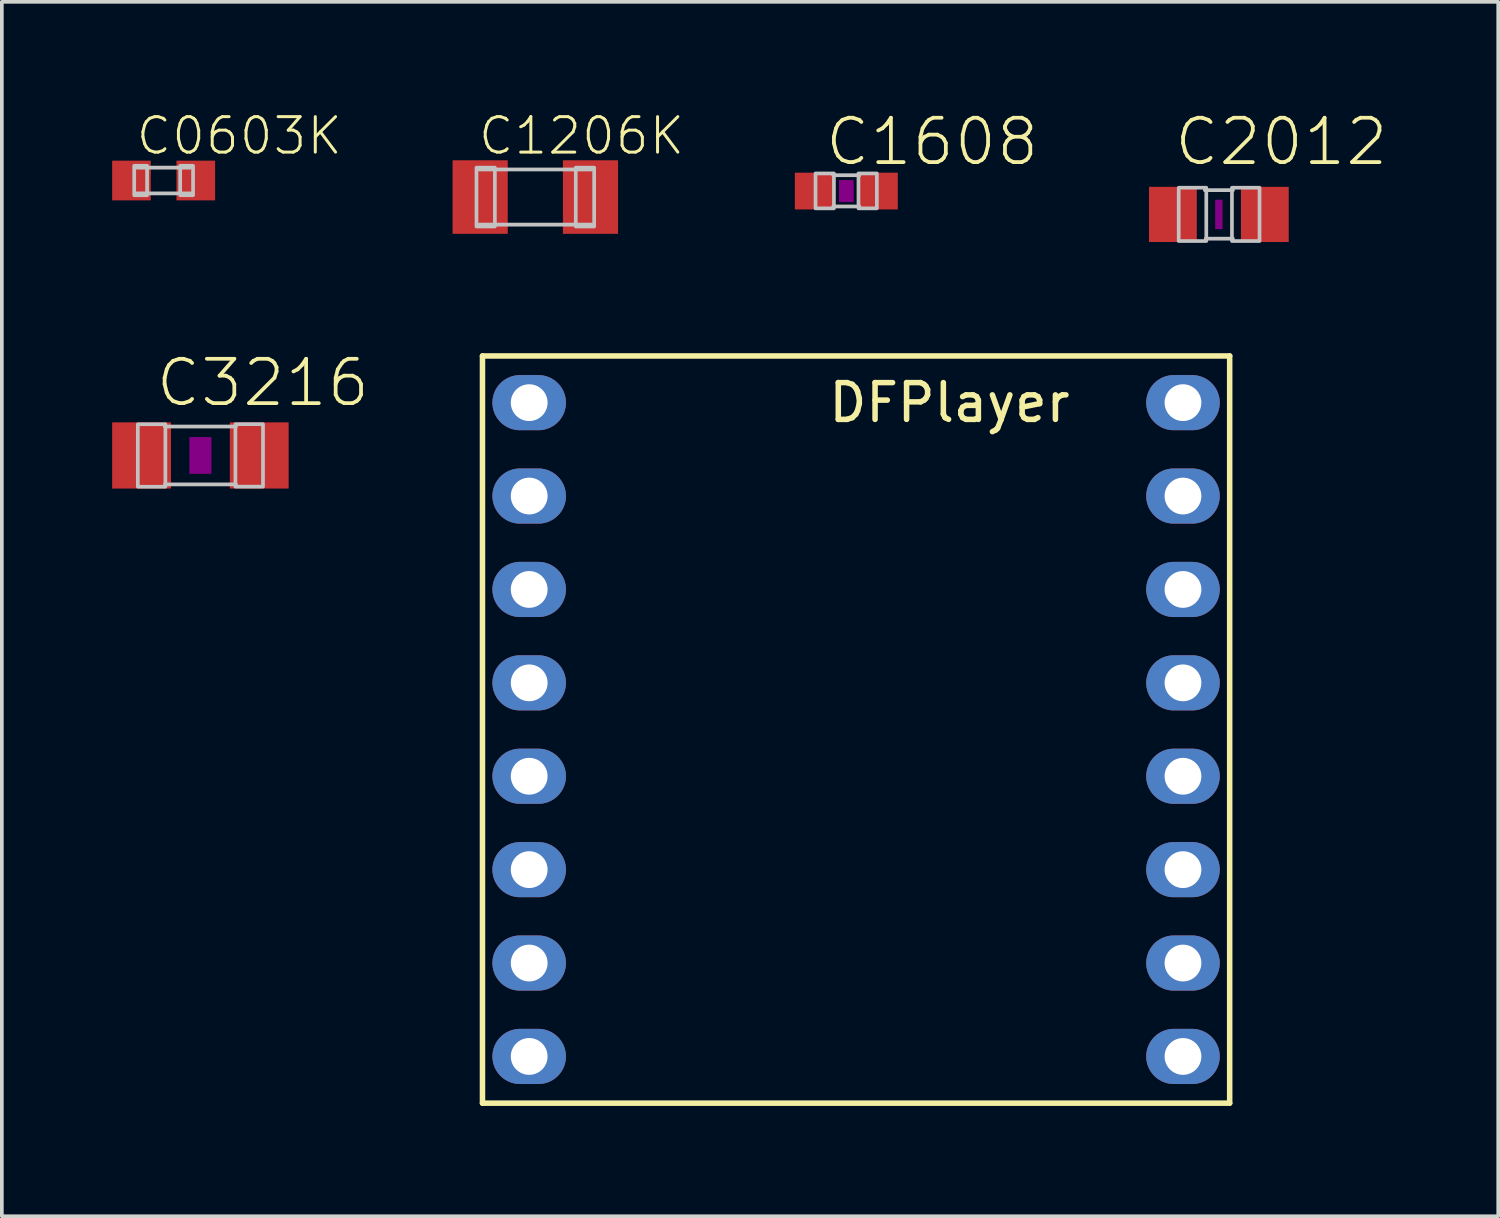
<source format=kicad_pcb>
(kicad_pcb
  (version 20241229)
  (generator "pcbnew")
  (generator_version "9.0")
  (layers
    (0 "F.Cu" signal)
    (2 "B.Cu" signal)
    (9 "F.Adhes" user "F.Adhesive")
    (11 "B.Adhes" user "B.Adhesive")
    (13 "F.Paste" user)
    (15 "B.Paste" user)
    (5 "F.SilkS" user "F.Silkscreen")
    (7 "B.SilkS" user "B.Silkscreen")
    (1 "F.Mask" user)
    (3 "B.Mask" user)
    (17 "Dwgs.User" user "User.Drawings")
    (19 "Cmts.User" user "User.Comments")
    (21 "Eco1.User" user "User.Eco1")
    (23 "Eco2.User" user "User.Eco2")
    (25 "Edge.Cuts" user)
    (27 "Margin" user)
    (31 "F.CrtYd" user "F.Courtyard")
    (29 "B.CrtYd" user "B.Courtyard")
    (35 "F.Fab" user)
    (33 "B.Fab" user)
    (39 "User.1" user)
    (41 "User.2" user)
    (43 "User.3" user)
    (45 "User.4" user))
  (footprint "C1206K"
    (layer "F.Cu")
    (at 11.508 2.309)
    (property "Reference" "C1206K" (at -1.6 -1.1 0) (layer "F.SilkS") (effects (font (size 0.965 0.965) (thickness 0.081)) (justify left bottom)))
    (attr through_hole)
    (fp_line (start -1.525 -0.75) (end 1.525 -0.75) (stroke (width 0.102) (type solid)) (layer "Dwgs.User"))
    (fp_line (start 1.525 0.75) (end -1.525 0.75) (stroke (width 0.102) (type solid)) (layer "Dwgs.User"))
    (fp_poly (pts (xy -1.6 0.8) (xy -1.1 0.8) (xy -1.1 -0.8) (xy -1.6 -0.8)) (stroke (width 0.1) (type solid)) (fill no) (layer "Dwgs.User"))
    (fp_poly (pts (xy 1.1 0.8) (xy 1.6 0.8) (xy 1.6 -0.8) (xy 1.1 -0.8)) (stroke (width 0.1) (type solid)) (fill no) (layer "Dwgs.User"))
    (pad "1" smd rect (at -1.5 0) (size 1.5 2) (layers "F.Cu" "F.Mask" "F.Paste"))
    (pad "2" smd rect (at 1.5 0) (size 1.5 2) (layers "F.Cu" "F.Mask" "F.Paste")))
  (footprint "C1608"
    (layer "F.Cu")
    (at 19.966 2.146)
    (property "Reference" "C1608" (at -0.635 -0.635 0) (layer "F.SilkS") (effects (font (size 1.206 1.206) (thickness 0.102)) (justify left bottom)))
    (attr through_hole)
    (fp_poly (pts (xy -0.2 0.3) (xy 0.2 0.3) (xy 0.2 -0.3) (xy -0.2 -0.3)) (stroke (width 0) (type solid)) (fill yes) (layer "F.Adhes"))
    (fp_line (start -0.356 -0.432) (end 0.356 -0.432) (stroke (width 0.102) (type solid)) (layer "Dwgs.User"))
    (fp_line (start -0.356 0.419) (end 0.356 0.419) (stroke (width 0.102) (type solid)) (layer "Dwgs.User"))
    (fp_poly (pts (xy -0.838 0.47) (xy -0.338 0.47) (xy -0.338 -0.48) (xy -0.838 -0.48)) (stroke (width 0.1) (type solid)) (fill no) (layer "Dwgs.User"))
    (fp_poly (pts (xy 0.33 0.47) (xy 0.83 0.47) (xy 0.83 -0.48) (xy 0.33 -0.48)) (stroke (width 0.1) (type solid)) (fill no) (layer "Dwgs.User"))
    (pad "1" smd rect (at -0.85 0) (size 1.1 1) (layers "F.Cu" "F.Mask" "F.Paste"))
    (pad "2" smd rect (at 0.85 0) (size 1.1 1) (layers "F.Cu" "F.Mask" "F.Paste")))
  (footprint "C2012"
    (layer "F.Cu")
    (at 30.097 2.781)
    (property "Reference" "C2012" (at -1.27 -1.27 0) (layer "F.SilkS") (effects (font (size 1.206 1.206) (thickness 0.102)) (justify left bottom)))
    (attr through_hole)
    (fp_poly (pts (xy -0.1 0.4) (xy 0.1 0.4) (xy 0.1 -0.4) (xy -0.1 -0.4)) (stroke (width 0) (type solid)) (fill yes) (layer "F.Adhes"))
    (fp_line (start -0.381 -0.66) (end 0.381 -0.66) (stroke (width 0.102) (type solid)) (layer "Dwgs.User"))
    (fp_line (start -0.356 0.66) (end 0.381 0.66) (stroke (width 0.102) (type solid)) (layer "Dwgs.User"))
    (fp_poly (pts (xy -1.092 0.724) (xy -0.342 0.724) (xy -0.342 -0.726) (xy -1.092 -0.726)) (stroke (width 0.1) (type solid)) (fill no) (layer "Dwgs.User"))
    (fp_poly (pts (xy 0.356 0.724) (xy 1.106 0.724) (xy 1.106 -0.726) (xy 0.356 -0.726)) (stroke (width 0.1) (type solid)) (fill no) (layer "Dwgs.User"))
    (pad "1" smd rect (at -1.25 0) (size 1.3 1.5) (layers "F.Cu" "F.Mask" "F.Paste"))
    (pad "2" smd rect (at 1.25 0) (size 1.3 1.5) (layers "F.Cu" "F.Mask" "F.Paste")))
  (footprint "C3216"
    (layer "F.Cu")
    (at 2.4 9.336)
    (property "Reference" "C3216" (at -1.27 -1.27 0) (layer "F.SilkS") (effects (font (size 1.206 1.206) (thickness 0.102)) (justify left bottom)))
    (attr through_hole)
    (fp_poly (pts (xy -0.3 0.5) (xy 0.3 0.5) (xy 0.3 -0.5) (xy -0.3 -0.5)) (stroke (width 0) (type solid)) (fill yes) (layer "F.Adhes"))
    (fp_line (start -0.965 -0.787) (end 0.965 -0.787) (stroke (width 0.102) (type solid)) (layer "Dwgs.User"))
    (fp_line (start -0.965 0.787) (end 0.965 0.787) (stroke (width 0.102) (type solid)) (layer "Dwgs.User"))
    (fp_poly (pts (xy -1.702 0.851) (xy -0.952 0.851) (xy -0.952 -0.849) (xy -1.702 -0.849)) (stroke (width 0.1) (type solid)) (fill no) (layer "Dwgs.User"))
    (fp_poly (pts (xy 0.952 0.849) (xy 1.702 0.849) (xy 1.702 -0.851) (xy 0.952 -0.851)) (stroke (width 0.1) (type solid)) (fill no) (layer "Dwgs.User"))
    (pad "1" smd rect (at -1.6 0) (size 1.6 1.8) (layers "F.Cu" "F.Mask" "F.Paste"))
    (pad "2" smd rect (at 1.6 0) (size 1.6 1.8) (layers "F.Cu" "F.Mask" "F.Paste")))
  (footprint "C0603K"
    (layer "F.Cu")
    (at 1.4 1.859)
    (property "Reference" "C0603K" (at -0.8 -0.65 0) (layer "F.SilkS") (effects (font (size 0.965 0.965) (thickness 0.081)) (justify left bottom)))
    (attr through_hole)
    (fp_line (start -0.725 -0.35) (end 0.725 -0.35) (stroke (width 0.102) (type solid)) (layer "Dwgs.User"))
    (fp_line (start 0.725 0.35) (end -0.725 0.35) (stroke (width 0.102) (type solid)) (layer "Dwgs.User"))
    (fp_poly (pts (xy -0.8 0.4) (xy -0.45 0.4) (xy -0.45 -0.4) (xy -0.8 -0.4)) (stroke (width 0.1) (type solid)) (fill no) (layer "Dwgs.User"))
    (fp_poly (pts (xy 0.45 0.4) (xy 0.8 0.4) (xy 0.8 -0.4) (xy 0.45 -0.4)) (stroke (width 0.1) (type solid)) (fill no) (layer "Dwgs.User"))
    (pad "1" smd rect (at -0.875 0) (size 1.05 1.08) (layers "F.Cu" "F.Mask" "F.Paste"))
    (pad "2" smd rect (at 0.875 0) (size 1.05 1.08) (layers "F.Cu" "F.Mask" "F.Paste")))
  (footprint "DFPlayer"
    (layer "F.Cu")
    (at 11.341 7.9)
    (property "Reference" "DFPlayer" (at 11.43 0 0) (layer "F.SilkS") (effects (font (size 1 1) (thickness 0.15))))
    (attr through_hole)
    (fp_line (start -1.27 -1.27) (end -1.27 19.05) (stroke (width 0.15) (type solid)) (layer "F.SilkS"))
    (fp_line (start -1.27 19.05) (end 19.05 19.05) (stroke (width 0.15) (type solid)) (layer "F.SilkS"))
    (fp_line (start 19.05 -1.27) (end -1.27 -1.27) (stroke (width 0.15) (type solid)) (layer "F.SilkS"))
    (fp_line (start 19.05 19.05) (end 19.05 -1.27) (stroke (width 0.15) (type solid)) (layer "F.SilkS"))
    (pad "1" thru_hole oval (at 0 0) (size 2 1.5) (drill 1) (layers "*.Cu" "*.Mask"))
    (pad "2" thru_hole oval (at 0 2.54) (size 2 1.5) (drill 1) (layers "*.Cu" "*.Mask"))
    (pad "3" thru_hole oval (at 0 5.08) (size 2 1.5) (drill 1) (layers "*.Cu" "*.Mask"))
    (pad "4" thru_hole oval (at 0 7.62) (size 2 1.5) (drill 1) (layers "*.Cu" "*.Mask"))
    (pad "5" thru_hole oval (at 0 10.16) (size 2 1.5) (drill 1) (layers "*.Cu" "*.Mask"))
    (pad "6" thru_hole oval (at 0 12.7) (size 2 1.5) (drill 1) (layers "*.Cu" "*.Mask"))
    (pad "7" thru_hole oval (at 0 15.24) (size 2 1.5) (drill 1) (layers "*.Cu" "*.Mask"))
    (pad "8" thru_hole oval (at 0 17.78) (size 2 1.5) (drill 1) (layers "*.Cu" "*.Mask"))
    (pad "9" thru_hole oval (at 17.78 17.78) (size 2 1.5) (drill 1) (layers "*.Cu" "*.Mask"))
    (pad "10" thru_hole oval (at 17.78 15.24) (size 2 1.5) (drill 1) (layers "*.Cu" "*.Mask"))
    (pad "11" thru_hole oval (at 17.78 12.7) (size 2 1.5) (drill 1) (layers "*.Cu" "*.Mask"))
    (pad "12" thru_hole oval (at 17.78 10.16) (size 2 1.5) (drill 1) (layers "*.Cu" "*.Mask"))
    (pad "13" thru_hole oval (at 17.78 7.62) (size 2 1.5) (drill 1) (layers "*.Cu" "*.Mask"))
    (pad "14" thru_hole oval (at 17.78 5.08) (size 2 1.5) (drill 1) (layers "*.Cu" "*.Mask"))
    (pad "15" thru_hole oval (at 17.78 2.54) (size 2 1.5) (drill 1) (layers "*.Cu" "*.Mask"))
    (pad "16" thru_hole oval (at 17.78 0) (size 2 1.5) (drill 1) (layers "*.Cu" "*.Mask")))
  (gr_rect
    (start -3 -3)
    (end 37.694 30.025)
    (stroke (width 0.1) (type default))
    (fill no)
    (layer "Edge.Cuts")))
</source>
